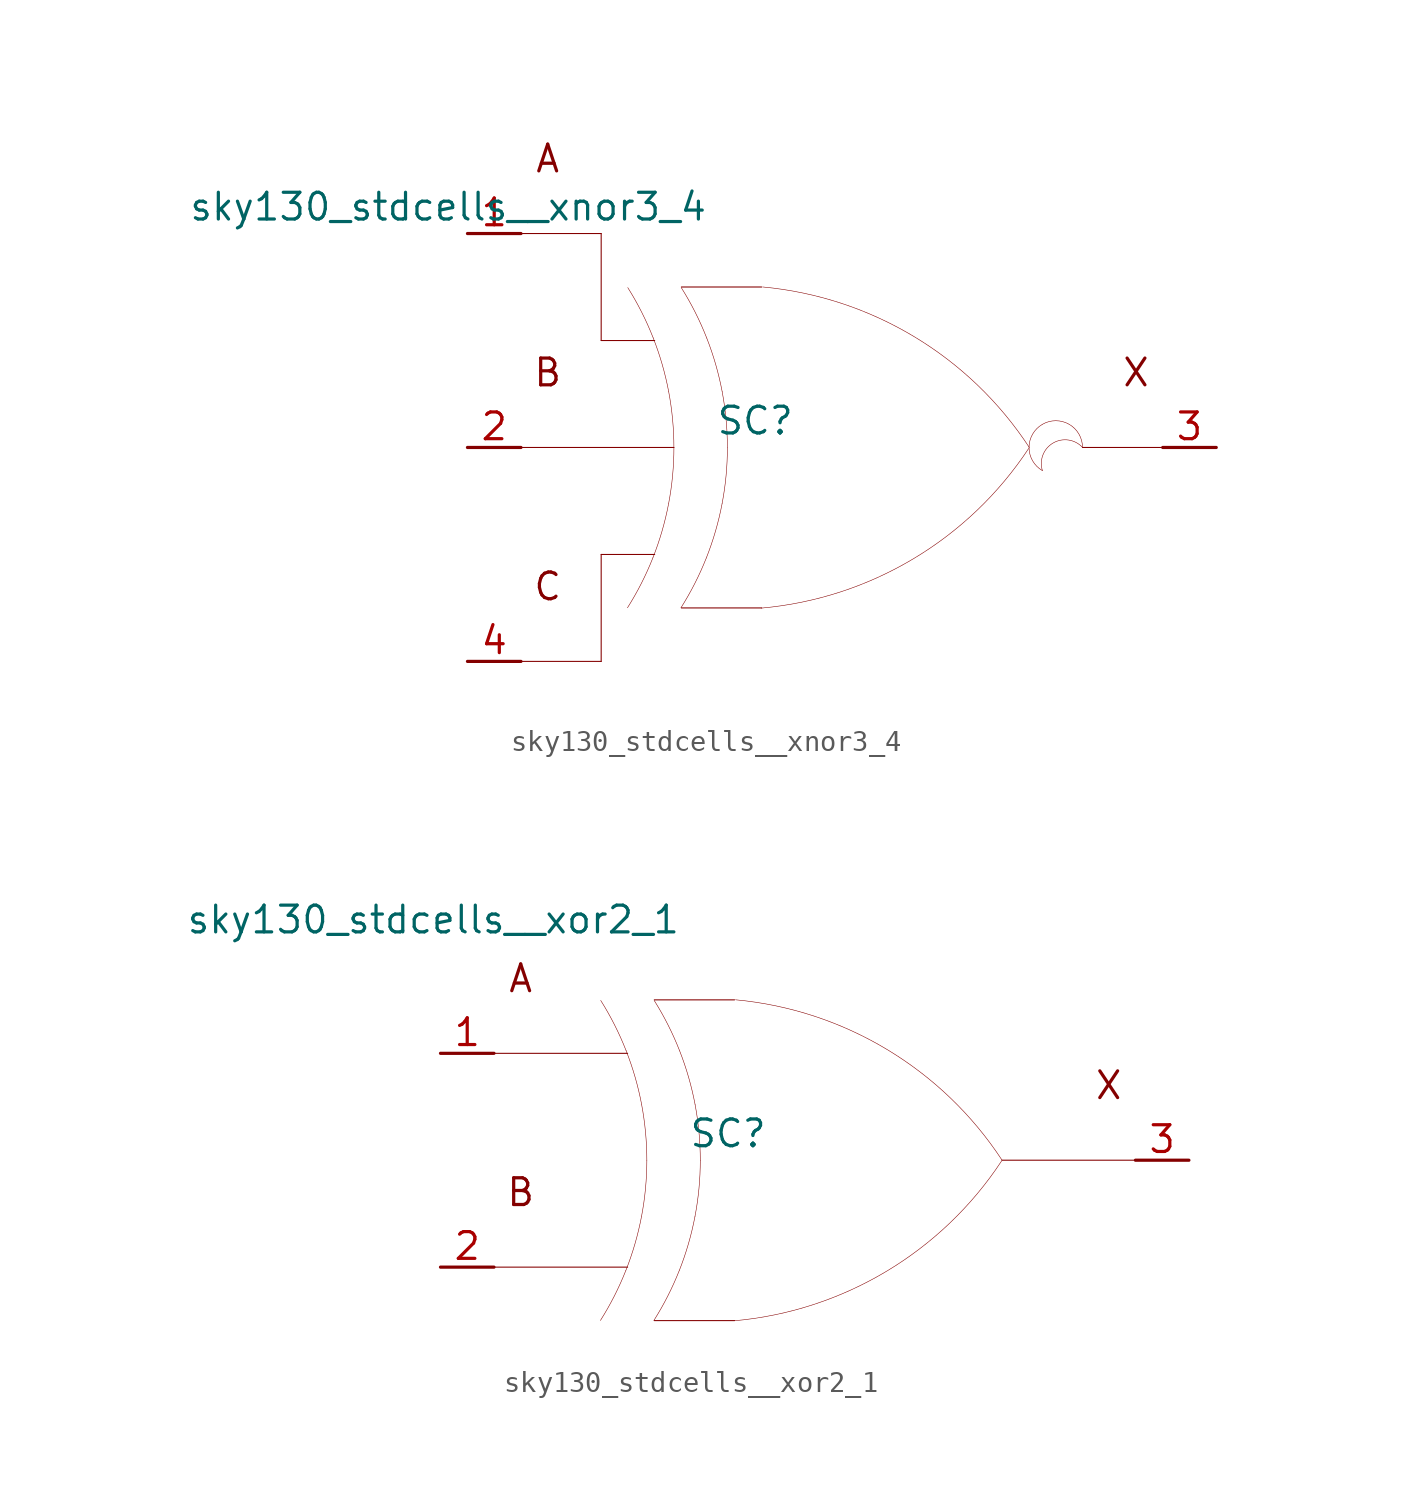
<source format=kicad_sym>
(kicad_symbol_lib
  (version 20211014)
  (generator kicad_symbol_editor)
  (symbol "sky130_stdcells__xnor3_4"
    (pin_names hide)
    (property "Reference" "SC"
      (at -4.115 1.27 0)
      (effects (font (size 1.27 1.27))))
    (property "Value" "sky130_stdcells__xnor3_4"
      (at -6.35 11.43 0)
      (effects (font (size 1.27 1.27)) (justify right)))
    (symbol "sky130_stdcells__xnor3_4_0_0"
      (arc (start -10.1805 -7.6142) (mid -9.523 -6.458) (end -8.9762 -5.2456) (stroke (width 0.0254) (type default) (color 0 0 0 0)) (fill (type none)))
      (arc (start -8.9762 -5.2456) (mid -8.5413 -3.9755) (end -8.228 -2.6701) (stroke (width 0.0254) (type default) (color 0 0 0 0)) (fill (type none)))
      (arc (start -8.958 5.1993) (mid -9.5062 6.4248) (end -10.1673 7.5932) (stroke (width 0.0254) (type default) (color 0 0 0 0)) (fill (type none)))
      (arc (start -8.228 -2.6701) (mid -8.0388 -1.341) (end -7.9756 0) (stroke (width 0.0254) (type default) (color 0 0 0 0)) (fill (type none)))
      (arc (start -8.2234 2.6456) (mid -8.5311 3.9396) (end -8.958 5.1993) (stroke (width 0.0254) (type default) (color 0 0 0 0)) (fill (type none)))
      (arc (start -7.9756 0) (mid -8.0377 1.3286) (end -8.2234 2.6456) (stroke (width 0.0254) (type default) (color 0 0 0 0)) (fill (type none)))
      (arc (start -7.6405 -7.6142) (mid -6.983 -6.458) (end -6.4362 -5.2456) (stroke (width 0.0254) (type default) (color 0 0 0 0)) (fill (type none)))
      (arc (start -6.4362 -5.2456) (mid -6.0013 -3.9755) (end -5.688 -2.6701) (stroke (width 0.0254) (type default) (color 0 0 0 0)) (fill (type none)))
      (arc (start -6.418 5.1993) (mid -6.9662 6.4248) (end -7.6273 7.5932) (stroke (width 0.0254) (type default) (color 0 0 0 0)) (fill (type none)))
      (arc (start -5.688 -2.6701) (mid -5.4988 -1.341) (end -5.4356 0) (stroke (width 0.0254) (type default) (color 0 0 0 0)) (fill (type none)))
      (arc (start -5.6834 2.6456) (mid -5.9911 3.9396) (end -6.418 5.1993) (stroke (width 0.0254) (type default) (color 0 0 0 0)) (fill (type none)))
      (arc (start -5.4356 0) (mid -5.4977 1.3286) (end -5.6834 2.6456) (stroke (width 0.0254) (type default) (color 0 0 0 0)) (fill (type none)))
      (arc (start -3.8212 -7.6288) (mid 3.3927 -5.2884) (end 8.8734 -0.0463) (stroke (width 0.0254) (type default) (color 0 0 0 0)) (fill (type none)))
      (polyline (pts (xy -15.24 -10.16) (xy -11.43 -10.16)) (stroke (width 0.051) (type default) (color 0 0 0 0)) (fill (type none)))
      (polyline (pts (xy -15.24 0) (xy -7.976 0)) (stroke (width 0.051) (type default) (color 0 0 0 0)) (fill (type none)))
      (polyline (pts (xy -15.24 10.16) (xy -11.43 10.16)) (stroke (width 0.051) (type default) (color 0 0 0 0)) (fill (type none)))
      (polyline (pts (xy -11.43 -5.08) (xy -11.43 -10.16)) (stroke (width 0.051) (type default) (color 0 0 0 0)) (fill (type none)))
      (polyline (pts (xy -11.43 -5.08) (xy -8.89 -5.08)) (stroke (width 0.051) (type default) (color 0 0 0 0)) (fill (type none)))
      (polyline (pts (xy -11.43 5.08) (xy -8.89 5.08)) (stroke (width 0.051) (type default) (color 0 0 0 0)) (fill (type none)))
      (polyline (pts (xy -11.43 10.16) (xy -11.43 5.08)) (stroke (width 0.051) (type default) (color 0 0 0 0)) (fill (type none)))
      (polyline (pts (xy -7.62 -7.62) (xy -3.81 -7.62)) (stroke (width 0.051) (type default) (color 0 0 0 0)) (fill (type none)))
      (polyline (pts (xy -7.62 7.62) (xy -3.81 7.62)) (stroke (width 0.051) (type default) (color 0 0 0 0)) (fill (type none)))
      (polyline (pts (xy 11.43 0) (xy 15.24 0)) (stroke (width 0.051) (type default) (color 0 0 0 0)) (fill (type none)))
      (arc (start 8.9061 -0.0034) (mid 3.4437 5.2578) (end -3.762 7.6234) (stroke (width 0.0254) (type default) (color 0 0 0 0)) (fill (type none)))
      (arc (start 9.525 1.0999) (mid 8.89 0) (end 9.525 -1.0999) (stroke (width 0.0254) (type default) (color 0 0 0 0)) (fill (type none)))
      (arc (start 11.43 0) (mid 9.5731 0.4743) (end 9.525 -1.0999) (stroke (width 0.0254) (type default) (color 0 0 0 0)) (fill (type none)))
      (arc (start 11.43 0) (mid 10.795 1.0998) (end 9.525 1.0999) (stroke (width 0.0254) (type default) (color 0 0 0 0)) (fill (type none)))
      (text "A" (at -13.97 13.716 0) (effects (font (size 1.27 1.27))))
      (text "B" (at -13.97 3.556 0) (effects (font (size 1.27 1.27))))
      (text "C" (at -13.97 -6.604 0) (effects (font (size 1.27 1.27))))
      (text "X" (at 13.97 3.556 0) (effects (font (size 1.27 1.27)))))
    (symbol "sky130_stdcells__xnor3_4_1_1"
      (pin input line (at -17.78 10.16 0) (length 2.54) (name "A" (effects (font (size 1.092 1.092)))) (number "1" (effects (font (size 1.27 1.27)))))
      (pin input line (at -17.78 0 0) (length 2.54) (name "B" (effects (font (size 1.092 1.092)))) (number "2" (effects (font (size 1.27 1.27)))))
      (pin output line (at 17.78 0 180) (length 2.54) (name "X" (effects (font (size 1.092 1.092)))) (number "3" (effects (font (size 1.27 1.27)))))
      (pin input line (at -17.78 -10.16 0) (length 2.54) (name "C" (effects (font (size 1.092 1.092)))) (number "4" (effects (font (size 1.27 1.27)))))))
  (symbol "sky130_stdcells__xor2_1"
    (pin_names hide)
    (property "Reference" "SC"
      (at -4.115 1.27 0)
      (effects (font (size 1.27 1.27))))
    (property "Value" "sky130_stdcells__xor2_1"
      (at -6.35 11.43 0)
      (effects (font (size 1.27 1.27)) (justify right)))
    (symbol "sky130_stdcells__xor2_1_0_0"
      (arc (start -10.1805 -7.6142) (mid -9.523 -6.458) (end -8.9762 -5.2456) (stroke (width 0.0254) (type default) (color 0 0 0 0)) (fill (type none)))
      (arc (start -8.9762 -5.2456) (mid -8.5413 -3.9755) (end -8.228 -2.6701) (stroke (width 0.0254) (type default) (color 0 0 0 0)) (fill (type none)))
      (arc (start -8.958 5.1993) (mid -9.5062 6.4248) (end -10.1673 7.5932) (stroke (width 0.0254) (type default) (color 0 0 0 0)) (fill (type none)))
      (arc (start -8.228 -2.6701) (mid -8.0388 -1.341) (end -7.9756 0) (stroke (width 0.0254) (type default) (color 0 0 0 0)) (fill (type none)))
      (arc (start -8.2234 2.6456) (mid -8.5311 3.9396) (end -8.958 5.1993) (stroke (width 0.0254) (type default) (color 0 0 0 0)) (fill (type none)))
      (arc (start -7.9756 0) (mid -8.0377 1.3286) (end -8.2234 2.6456) (stroke (width 0.0254) (type default) (color 0 0 0 0)) (fill (type none)))
      (arc (start -7.6405 -7.6142) (mid -6.983 -6.458) (end -6.4362 -5.2456) (stroke (width 0.0254) (type default) (color 0 0 0 0)) (fill (type none)))
      (arc (start -6.4362 -5.2456) (mid -6.0013 -3.9755) (end -5.688 -2.6701) (stroke (width 0.0254) (type default) (color 0 0 0 0)) (fill (type none)))
      (arc (start -6.418 5.1993) (mid -6.9662 6.4248) (end -7.6273 7.5932) (stroke (width 0.0254) (type default) (color 0 0 0 0)) (fill (type none)))
      (arc (start -5.688 -2.6701) (mid -5.4988 -1.341) (end -5.4356 0) (stroke (width 0.0254) (type default) (color 0 0 0 0)) (fill (type none)))
      (arc (start -5.6834 2.6456) (mid -5.9911 3.9396) (end -6.418 5.1993) (stroke (width 0.0254) (type default) (color 0 0 0 0)) (fill (type none)))
      (arc (start -5.4356 0) (mid -5.4977 1.3286) (end -5.6834 2.6456) (stroke (width 0.0254) (type default) (color 0 0 0 0)) (fill (type none)))
      (arc (start -3.8212 -7.6288) (mid 3.3927 -5.2884) (end 8.8734 -0.0463) (stroke (width 0.0254) (type default) (color 0 0 0 0)) (fill (type none)))
      (polyline (pts (xy -15.24 -5.08) (xy -8.89 -5.08)) (stroke (width 0.051) (type default) (color 0 0 0 0)) (fill (type none)))
      (polyline (pts (xy -15.24 5.08) (xy -8.89 5.08)) (stroke (width 0.051) (type default) (color 0 0 0 0)) (fill (type none)))
      (polyline (pts (xy -7.62 -7.62) (xy -3.81 -7.62)) (stroke (width 0.051) (type default) (color 0 0 0 0)) (fill (type none)))
      (polyline (pts (xy -7.62 7.62) (xy -3.81 7.62)) (stroke (width 0.051) (type default) (color 0 0 0 0)) (fill (type none)))
      (polyline (pts (xy 8.89 0) (xy 15.24 0)) (stroke (width 0.051) (type default) (color 0 0 0 0)) (fill (type none)))
      (arc (start 8.9061 -0.0034) (mid 3.4437 5.2578) (end -3.762 7.6234) (stroke (width 0.0254) (type default) (color 0 0 0 0)) (fill (type none)))
      (text "A" (at -13.97 8.636 0) (effects (font (size 1.27 1.27))))
      (text "B" (at -13.97 -1.524 0) (effects (font (size 1.27 1.27))))
      (text "X" (at 13.97 3.556 0) (effects (font (size 1.27 1.27)))))
    (symbol "sky130_stdcells__xor2_1_1_1"
      (pin input line (at -17.78 5.08 0) (length 2.54) (name "A" (effects (font (size 1.092 1.092)))) (number "1" (effects (font (size 1.27 1.27)))))
      (pin input line (at -17.78 -5.08 0) (length 2.54) (name "B" (effects (font (size 1.092 1.092)))) (number "2" (effects (font (size 1.27 1.27)))))
      (pin output line (at 17.78 0 180) (length 2.54) (name "X" (effects (font (size 1.092 1.092)))) (number "3" (effects (font (size 1.27 1.27))))))))
</source>
